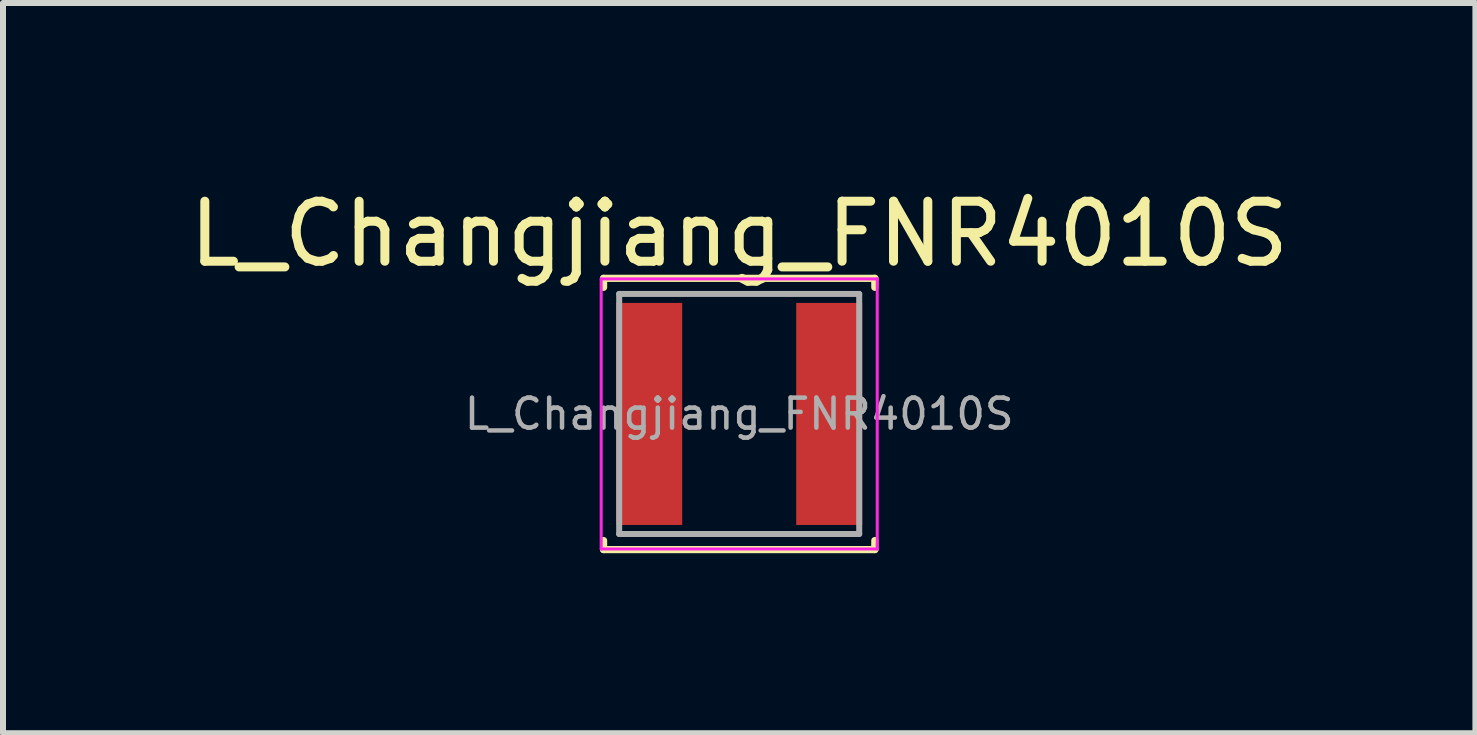
<source format=kicad_pcb>
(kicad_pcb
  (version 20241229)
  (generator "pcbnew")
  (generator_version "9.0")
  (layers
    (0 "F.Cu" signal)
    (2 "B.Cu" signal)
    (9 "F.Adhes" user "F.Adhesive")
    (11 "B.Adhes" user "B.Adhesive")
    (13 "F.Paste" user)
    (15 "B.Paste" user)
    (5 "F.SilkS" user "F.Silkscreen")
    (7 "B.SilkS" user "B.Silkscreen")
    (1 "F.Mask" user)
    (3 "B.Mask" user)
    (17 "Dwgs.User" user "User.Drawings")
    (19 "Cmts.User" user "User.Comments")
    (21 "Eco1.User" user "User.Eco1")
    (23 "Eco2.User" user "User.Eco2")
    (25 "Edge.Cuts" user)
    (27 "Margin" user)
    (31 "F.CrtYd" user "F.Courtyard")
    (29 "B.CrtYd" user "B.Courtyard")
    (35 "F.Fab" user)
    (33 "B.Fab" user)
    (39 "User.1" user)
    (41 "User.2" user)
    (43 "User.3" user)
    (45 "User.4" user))
  (footprint "L_Changjiang_FNR4010S"
    (layer "F.Cu")
    (at 9.268 3.848)
    (property "Reference" "L_Changjiang_FNR4010S" (at 0 -3 0) (layer "F.SilkS") (effects (font (size 1 1) (thickness 0.15))))
    (attr smd)
    (fp_line (start -2.26 -2.26) (end -2.26 -2.11) (stroke (width 0.12) (type solid)) (layer "F.SilkS"))
    (fp_line (start -2.26 -2.26) (end 2.26 -2.26) (stroke (width 0.12) (type solid)) (layer "F.SilkS"))
    (fp_line (start -2.26 2.26) (end -2.26 2.11) (stroke (width 0.12) (type solid)) (layer "F.SilkS"))
    (fp_line (start -2.26 2.26) (end 2.26 2.26) (stroke (width 0.12) (type solid)) (layer "F.SilkS"))
    (fp_line (start 2.26 -2.26) (end 2.26 -2.11) (stroke (width 0.12) (type solid)) (layer "F.SilkS"))
    (fp_line (start 2.26 2.26) (end 2.26 2.11) (stroke (width 0.12) (type solid)) (layer "F.SilkS"))
    (fp_line (start -2.3 -2.25) (end -2.3 2.25) (stroke (width 0.05) (type solid)) (layer "F.CrtYd"))
    (fp_line (start -2.3 2.25) (end 2.3 2.25) (stroke (width 0.05) (type solid)) (layer "F.CrtYd"))
    (fp_line (start 2.3 -2.25) (end -2.3 -2.25) (stroke (width 0.05) (type solid)) (layer "F.CrtYd"))
    (fp_line (start 2.3 2.25) (end 2.3 -2.25) (stroke (width 0.05) (type solid)) (layer "F.CrtYd"))
    (fp_line (start -2 -2) (end -2 2) (stroke (width 0.1) (type solid)) (layer "F.Fab"))
    (fp_line (start -2 2) (end 2 2) (stroke (width 0.1) (type solid)) (layer "F.Fab"))
    (fp_line (start 2 -2) (end -2 -2) (stroke (width 0.1) (type solid)) (layer "F.Fab"))
    (fp_line (start 2 2) (end 2 -2) (stroke (width 0.1) (type solid)) (layer "F.Fab"))
    (fp_text user "${REFERENCE}" (at 0 0 0) (layer "F.Fab") (effects (font (size 0.5 0.5) (thickness 0.075))))
    (pad "1" smd rect (at -1.5 0) (size 1.1 3.7) (layers "F.Cu" "F.Mask" "F.Paste"))
    (pad "2" smd rect (at 1.5 0) (size 1.1 3.7) (layers "F.Cu" "F.Mask" "F.Paste")))
  (gr_rect
    (start -3 -3)
    (end 21.536 9.168)
    (stroke (width 0.1) (type default))
    (fill no)
    (layer "Edge.Cuts")))
</source>
